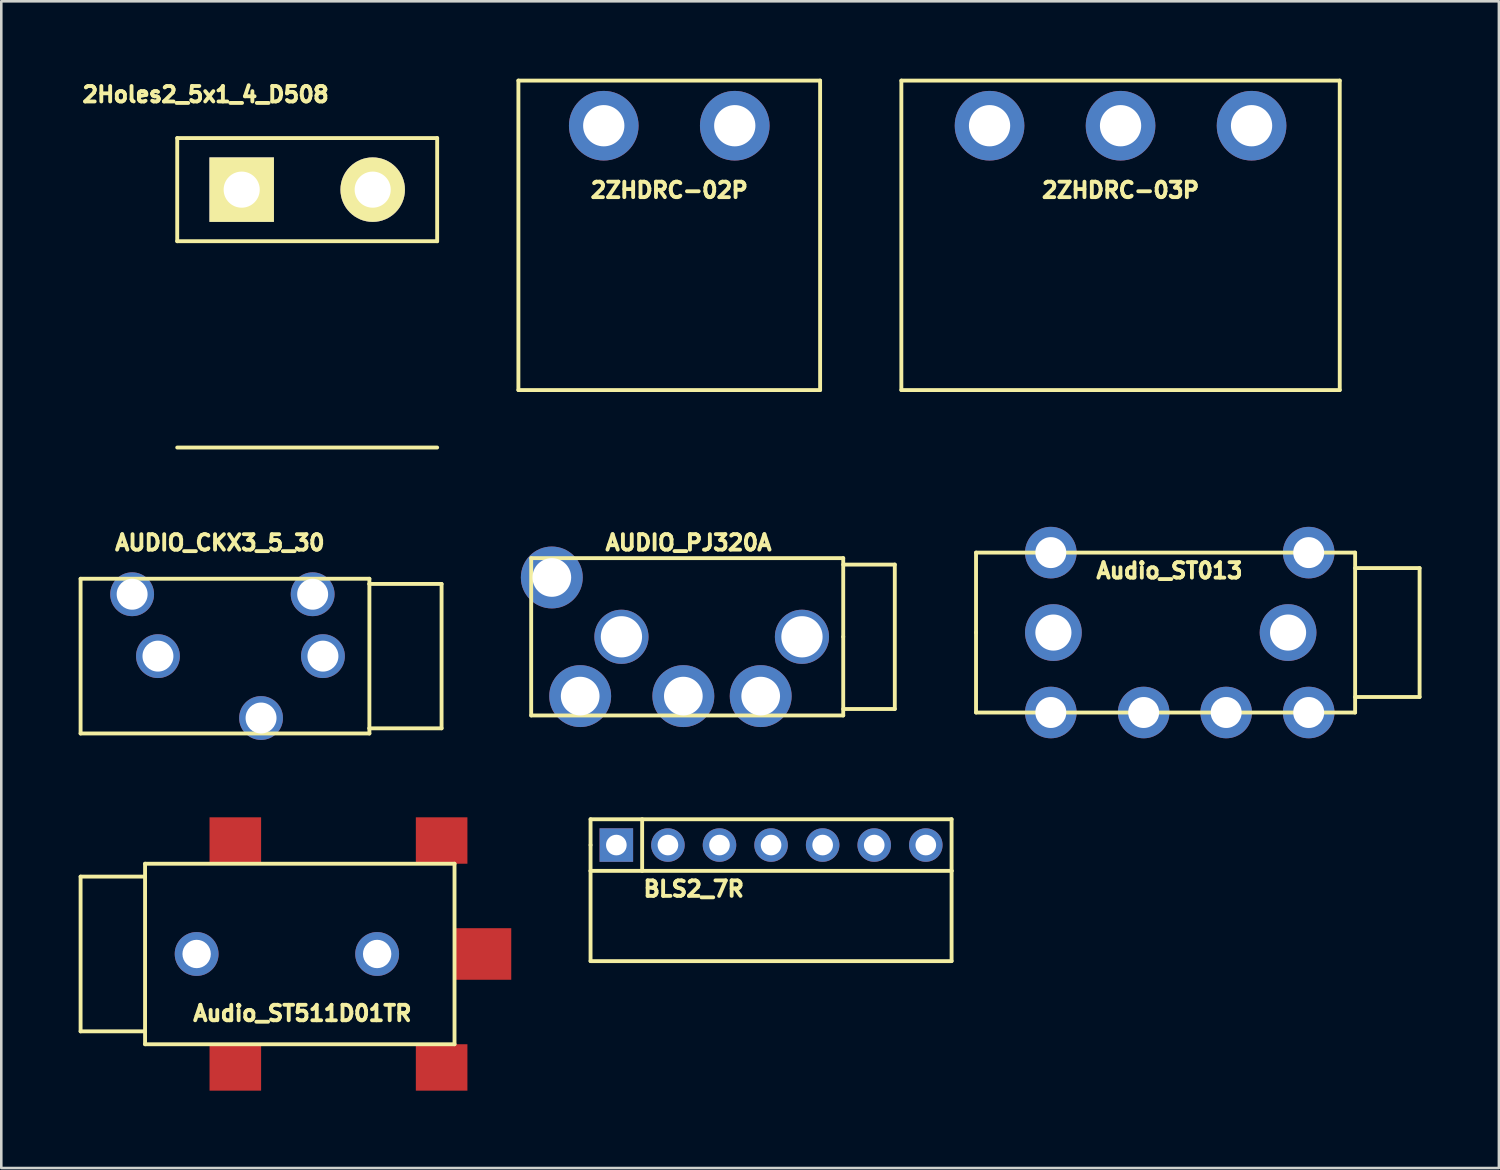
<source format=kicad_pcb>
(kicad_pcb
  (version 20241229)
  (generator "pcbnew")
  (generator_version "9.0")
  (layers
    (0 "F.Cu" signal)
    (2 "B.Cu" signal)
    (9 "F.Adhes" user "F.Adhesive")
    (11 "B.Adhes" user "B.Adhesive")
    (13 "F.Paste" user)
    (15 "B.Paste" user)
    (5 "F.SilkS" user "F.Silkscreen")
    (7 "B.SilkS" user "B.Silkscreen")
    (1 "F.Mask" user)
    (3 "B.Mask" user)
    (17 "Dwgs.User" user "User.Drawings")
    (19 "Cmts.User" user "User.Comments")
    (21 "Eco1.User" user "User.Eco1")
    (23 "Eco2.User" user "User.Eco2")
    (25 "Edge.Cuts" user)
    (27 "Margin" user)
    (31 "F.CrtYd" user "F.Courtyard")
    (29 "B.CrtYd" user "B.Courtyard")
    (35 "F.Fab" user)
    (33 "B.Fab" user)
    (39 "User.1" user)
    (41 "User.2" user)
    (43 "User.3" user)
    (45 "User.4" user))
  (footprint "Audio_ST511D01TR"
    (layer "F.Cu")
    (at 2.575 33.943)
    (property "Reference" "Audio_ST511D01TR" (at 6.1 2.3 0) (layer "F.SilkS") (effects (font (size 0.6 0.6) (thickness 0.15))))
    (attr through_hole)
    (fp_line (start -2.5 -3) (end -2.5 3) (stroke (width 0.15) (type solid)) (layer "F.SilkS"))
    (fp_line (start -2.5 3) (end 0 3) (stroke (width 0.15) (type solid)) (layer "F.SilkS"))
    (fp_line (start 0 -3.5) (end 12 -3.5) (stroke (width 0.15) (type solid)) (layer "F.SilkS"))
    (fp_line (start 0 -3) (end -2.5 -3) (stroke (width 0.15) (type solid)) (layer "F.SilkS"))
    (fp_line (start 0 -3) (end 0 -3.5) (stroke (width 0.15) (type solid)) (layer "F.SilkS"))
    (fp_line (start 0 3) (end 0 -3) (stroke (width 0.15) (type solid)) (layer "F.SilkS"))
    (fp_line (start 0 3.5) (end 0 3) (stroke (width 0.15) (type solid)) (layer "F.SilkS"))
    (fp_line (start 12 -3.5) (end 12 3.5) (stroke (width 0.15) (type solid)) (layer "F.SilkS"))
    (fp_line (start 12 3.5) (end 0 3.5) (stroke (width 0.15) (type solid)) (layer "F.SilkS"))
    (pad "1" smd rect (at 13.1 0) (size 2.2 2) (layers "F.Cu" "F.Mask" "F.Paste"))
    (pad "2" smd rect (at 3.5 -4.4) (size 2 1.8) (layers "F.Cu" "F.Mask" "F.Paste"))
    (pad "2" smd rect (at 3.5 4.4) (size 2 1.8) (layers "F.Cu" "F.Mask" "F.Paste"))
    (pad "3" smd rect (at 11.5 4.4) (size 2 1.8) (layers "F.Cu" "F.Mask" "F.Paste"))
    (pad "4" smd rect (at 11.5 -4.4) (size 2 1.8) (layers "F.Cu" "F.Mask" "F.Paste"))
    (pad "H" thru_hole circle (at 2 0) (size 1.7 1.7) (drill 1.1) (layers "*.Cu" "*.Mask"))
    (pad "H" thru_hole circle (at 9 0) (size 1.7 1.7) (drill 1.1) (layers "*.Cu" "*.Mask")))
  (footprint "AUDIO_CKX3_5_30"
    (layer "F.Cu")
    (at 11.274 22.393)
    (property "Reference" "AUDIO_CKX3_5_30" (at -5.799 -4.399 0) (layer "F.SilkS") (effects (font (size 0.6 0.6) (thickness 0.15))))
    (attr through_hole)
    (fp_line (start -11.199 -3) (end -11.199 3) (stroke (width 0.15) (type solid)) (layer "F.SilkS"))
    (fp_line (start -11.199 3) (end 0 3) (stroke (width 0.15) (type solid)) (layer "F.SilkS"))
    (fp_line (start 0 -3) (end -11.199 -3) (stroke (width 0.15) (type solid)) (layer "F.SilkS"))
    (fp_line (start 0 -2.799) (end 0 -3) (stroke (width 0.15) (type solid)) (layer "F.SilkS"))
    (fp_line (start 0 -2.799) (end 2.799 -2.799) (stroke (width 0.15) (type solid)) (layer "F.SilkS"))
    (fp_line (start 0 2.799) (end 0 -2.799) (stroke (width 0.15) (type solid)) (layer "F.SilkS"))
    (fp_line (start 0 3) (end 0 2.799) (stroke (width 0.15) (type solid)) (layer "F.SilkS"))
    (fp_line (start 2.799 -2.799) (end 2.799 2.799) (stroke (width 0.15) (type solid)) (layer "F.SilkS"))
    (fp_line (start 2.799 2.799) (end 0 2.799) (stroke (width 0.15) (type solid)) (layer "F.SilkS"))
    (pad "1" thru_hole circle (at -2.2 -2.4) (size 1.699 1.699) (drill 1.199) (layers "*.Cu" "*.Mask"))
    (pad "2" thru_hole circle (at -4.201 2.4) (size 1.699 1.699) (drill 1.199) (layers "*.Cu" "*.Mask"))
    (pad "3" thru_hole circle (at -9.2 -2.4) (size 1.699 1.699) (drill 1.199) (layers "*.Cu" "*.Mask"))
    (pad "H" thru_hole circle (at -8.199 0) (size 1.699 1.699) (drill 1.199) (layers "*.Cu" "*.Mask"))
    (pad "H" thru_hole circle (at -1.801 0) (size 1.699 1.699) (drill 1.199) (layers "*.Cu" "*.Mask")))
  (footprint "AUDIO_PJ320A"
    (layer "F.Cu")
    (at 29.648 21.643)
    (property "Reference" "AUDIO_PJ320A" (at -6 -3.65 0) (layer "F.SilkS") (effects (font (size 0.6 0.6) (thickness 0.15))))
    (attr through_hole)
    (fp_line (start -12.1 -3.05) (end -12.1 3.05) (stroke (width 0.15) (type solid)) (layer "F.SilkS"))
    (fp_line (start -12.1 3.05) (end 0 3.05) (stroke (width 0.15) (type solid)) (layer "F.SilkS"))
    (fp_line (start 0 -3.05) (end -12.1 -3.05) (stroke (width 0.15) (type solid)) (layer "F.SilkS"))
    (fp_line (start 0 -2.8) (end 2 -2.8) (stroke (width 0.15) (type solid)) (layer "F.SilkS"))
    (fp_line (start 0 0) (end 0 -3.05) (stroke (width 0.15) (type solid)) (layer "F.SilkS"))
    (fp_line (start 0 3.05) (end 0 0) (stroke (width 0.15) (type solid)) (layer "F.SilkS"))
    (fp_line (start 2 -2.8) (end 2 2.8) (stroke (width 0.15) (type solid)) (layer "F.SilkS"))
    (fp_line (start 2 2.8) (end 0 2.8) (stroke (width 0.15) (type solid)) (layer "F.SilkS"))
    (pad "1" thru_hole circle (at -3.2 2.3) (size 2.4 2.4) (drill 1.5) (layers "*.Cu" "*.Mask"))
    (pad "2" thru_hole circle (at -6.2 2.3) (size 2.4 2.4) (drill 1.5) (layers "*.Cu" "*.Mask"))
    (pad "3" thru_hole circle (at -10.2 2.3) (size 2.4 2.4) (drill 1.5) (layers "*.Cu" "*.Mask"))
    (pad "4" thru_hole circle (at -11.3 -2.3) (size 2.4 2.4) (drill 1.5) (layers "*.Cu" "*.Mask"))
    (pad "H" thru_hole circle (at -8.6 0) (size 2.1 2.1) (drill 1.6) (layers "*.Cu" "*.Mask"))
    (pad "H" thru_hole circle (at -1.6 0) (size 2.1 2.1) (drill 1.6) (layers "*.Cu" "*.Mask")))
  (footprint "2ZHDRC-03P"
    (layer "F.Cu")
    (at 40.402 1.825)
    (property "Reference" "2ZHDRC-03P" (at 0 2.5 0) (layer "F.SilkS") (effects (font (size 0.6 0.6) (thickness 0.15))))
    (attr through_hole)
    (fp_line (start -8.5 -1.75) (end 8.5 -1.75) (stroke (width 0.15) (type solid)) (layer "F.SilkS"))
    (fp_line (start -8.5 10.25) (end -8.5 -1.75) (stroke (width 0.15) (type solid)) (layer "F.SilkS"))
    (fp_line (start 8.5 -1.75) (end 8.5 10.25) (stroke (width 0.15) (type solid)) (layer "F.SilkS"))
    (fp_line (start 8.5 10.25) (end -8.5 10.25) (stroke (width 0.15) (type solid)) (layer "F.SilkS"))
    (pad "1" thru_hole circle (at -5.08 0) (size 2.7 2.7) (drill 1.6) (layers "*.Cu" "*.Mask"))
    (pad "2" thru_hole circle (at 0 0) (size 2.7 2.7) (drill 1.6) (layers "*.Cu" "*.Mask"))
    (pad "3" thru_hole circle (at 5.08 0) (size 2.7 2.7) (drill 1.6) (layers "*.Cu" "*.Mask")))
  (footprint "2ZHDRC-02P"
    (layer "F.Cu")
    (at 22.902 1.825)
    (property "Reference" "2ZHDRC-02P" (at 0 2.5 0) (layer "F.SilkS") (effects (font (size 0.6 0.6) (thickness 0.15))))
    (attr through_hole)
    (fp_line (start -5.85 -1.75) (end 5.85 -1.75) (stroke (width 0.15) (type solid)) (layer "F.SilkS"))
    (fp_line (start -5.85 10.25) (end -5.85 -1.75) (stroke (width 0.15) (type solid)) (layer "F.SilkS"))
    (fp_line (start 5.85 -1.75) (end 5.85 10.25) (stroke (width 0.15) (type solid)) (layer "F.SilkS"))
    (fp_line (start 5.85 10.25) (end -5.85 10.25) (stroke (width 0.15) (type solid)) (layer "F.SilkS"))
    (pad "1" thru_hole circle (at -2.54 0) (size 2.7 2.7) (drill 1.6) (layers "*.Cu" "*.Mask"))
    (pad "2" thru_hole circle (at 2.54 0) (size 2.7 2.7) (drill 1.6) (layers "*.Cu" "*.Mask")))
  (footprint "Audio_ST013"
    (layer "F.Cu")
    (at 49.498 21.479)
    (property "Reference" "Audio_ST013" (at -7.2 -2.4 0) (layer "F.SilkS") (effects (font (size 0.6 0.6) (thickness 0.15))))
    (attr through_hole)
    (fp_line (start -14.7 -3.1) (end 0 -3.1) (stroke (width 0.15) (type solid)) (layer "F.SilkS"))
    (fp_line (start -14.7 0) (end -14.7 -3.1) (stroke (width 0.15) (type solid)) (layer "F.SilkS"))
    (fp_line (start -14.7 3.1) (end -14.7 0) (stroke (width 0.15) (type solid)) (layer "F.SilkS"))
    (fp_line (start 0 -3.1) (end 0 3.1) (stroke (width 0.15) (type solid)) (layer "F.SilkS"))
    (fp_line (start 0 -2.5) (end 2.5 -2.5) (stroke (width 0.15) (type solid)) (layer "F.SilkS"))
    (fp_line (start 0 3.1) (end -14.7 3.1) (stroke (width 0.15) (type solid)) (layer "F.SilkS"))
    (fp_line (start 2.5 -2.5) (end 2.5 2.5) (stroke (width 0.15) (type solid)) (layer "F.SilkS"))
    (fp_line (start 2.5 2.5) (end 0 2.5) (stroke (width 0.15) (type solid)) (layer "F.SilkS"))
    (pad "1" thru_hole circle (at -5 3.1) (size 2 2) (drill 1.2) (layers "*.Cu" "*.Mask"))
    (pad "2" thru_hole circle (at -8.2 3.1) (size 2 2) (drill 1.2) (layers "*.Cu" "*.Mask"))
    (pad "3" thru_hole circle (at -11.8 -3.1) (size 2 2) (drill 1.2) (layers "*.Cu" "*.Mask"))
    (pad "3" thru_hole circle (at -11.8 3.1) (size 2 2) (drill 1.2) (layers "*.Cu" "*.Mask"))
    (pad "4" thru_hole circle (at -1.8 -3.1) (size 2 2) (drill 1.2) (layers "*.Cu" "*.Mask"))
    (pad "4" thru_hole circle (at -1.8 3.1) (size 2 2) (drill 1.2) (layers "*.Cu" "*.Mask"))
    (pad "H" thru_hole circle (at -11.7 0) (size 2.2 2.2) (drill 1.4) (layers "*.Cu" "*.Mask"))
    (pad "H" thru_hole circle (at -2.6 0) (size 2.2 2.2) (drill 1.4) (layers "*.Cu" "*.Mask")))
  (footprint "2Holes2_5x1_4_D508"
    (layer "F.Cu")
    (at 8.862 4.304)
    (property "Reference" "2Holes2_5x1_4_D508" (at -3.94 -3.69 0) (layer "F.SilkS") (effects (font (size 0.6 0.6) (thickness 0.15))))
    (attr through_hole)
    (fp_line (start -5.04 -2) (end 5.04 -2) (stroke (width 0.15) (type solid)) (layer "F.SilkS"))
    (fp_line (start -5.04 2) (end -5.04 -2) (stroke (width 0.15) (type solid)) (layer "F.SilkS"))
    (fp_line (start -5.04 2) (end 5.04 2) (stroke (width 0.15) (type solid)) (layer "F.SilkS"))
    (fp_line (start -5.04 10) (end 5.04 10) (stroke (width 0.15) (type solid)) (layer "F.SilkS"))
    (fp_line (start 5.04 -2) (end 5.04 2) (stroke (width 0.15) (type solid)) (layer "F.SilkS"))
    (pad "1" thru_hole rect (at -2.54 0) (size 2.5 2.5) (drill 1.4) (layers "*.Cu" "*.Mask" "F.SilkS"))
    (pad "2" thru_hole circle (at 2.54 0) (size 2.5 2.5) (drill 1.4) (layers "*.Cu" "*.Mask" "F.SilkS")))
  (footprint "BLS2_7R"
    (layer "F.Cu")
    (at 26.85 29.719)
    (property "Reference" "BLS2_7R" (at -3 1.7 0) (layer "F.SilkS") (effects (font (size 0.6 0.6) (thickness 0.15))))
    (attr through_hole)
    (fp_line (start -7 -1.001) (end 7 -1) (stroke (width 0.15) (type solid)) (layer "F.SilkS"))
    (fp_line (start -7 0) (end -7 -1.001) (stroke (width 0.15) (type solid)) (layer "F.SilkS"))
    (fp_line (start -7 1.001) (end -7 0) (stroke (width 0.15) (type solid)) (layer "F.SilkS"))
    (fp_line (start -7 1.001) (end -7 4.5) (stroke (width 0.15) (type solid)) (layer "F.SilkS"))
    (fp_line (start -7 4.5) (end 7 4.5) (stroke (width 0.15) (type solid)) (layer "F.SilkS"))
    (fp_line (start -4.999 -1.001) (end -4.999 1.001) (stroke (width 0.15) (type solid)) (layer "F.SilkS"))
    (fp_line (start 7 -1.002) (end 7 1) (stroke (width 0.15) (type solid)) (layer "F.SilkS"))
    (fp_line (start 7 1) (end -7 1.001) (stroke (width 0.15) (type solid)) (layer "F.SilkS"))
    (fp_line (start 7 4.5) (end 7 1.001) (stroke (width 0.15) (type solid)) (layer "F.SilkS"))
    (pad "1" thru_hole rect (at -6 0) (size 1.3 1.3) (drill 0.8) (layers "*.Cu" "*.Mask"))
    (pad "2" thru_hole circle (at -4 0) (size 1.3 1.3) (drill 0.8) (layers "*.Cu" "*.Mask"))
    (pad "3" thru_hole circle (at -2 0) (size 1.3 1.3) (drill 0.8) (layers "*.Cu" "*.Mask"))
    (pad "4" thru_hole circle (at 0 0) (size 1.3 1.3) (drill 0.8) (layers "*.Cu" "*.Mask"))
    (pad "5" thru_hole circle (at 2 0) (size 1.3 1.3) (drill 0.8) (layers "*.Cu" "*.Mask"))
    (pad "6" thru_hole circle (at 4 0) (size 1.3 1.3) (drill 0.8) (layers "*.Cu" "*.Mask"))
    (pad "7" thru_hole circle (at 6 0) (size 1.3 1.3) (drill 0.8) (layers "*.Cu" "*.Mask")))
  (gr_rect
    (start -3 -3)
    (end 55.073 42.243)
    (stroke (width 0.1) (type default))
    (fill no)
    (layer "Edge.Cuts")))
</source>
